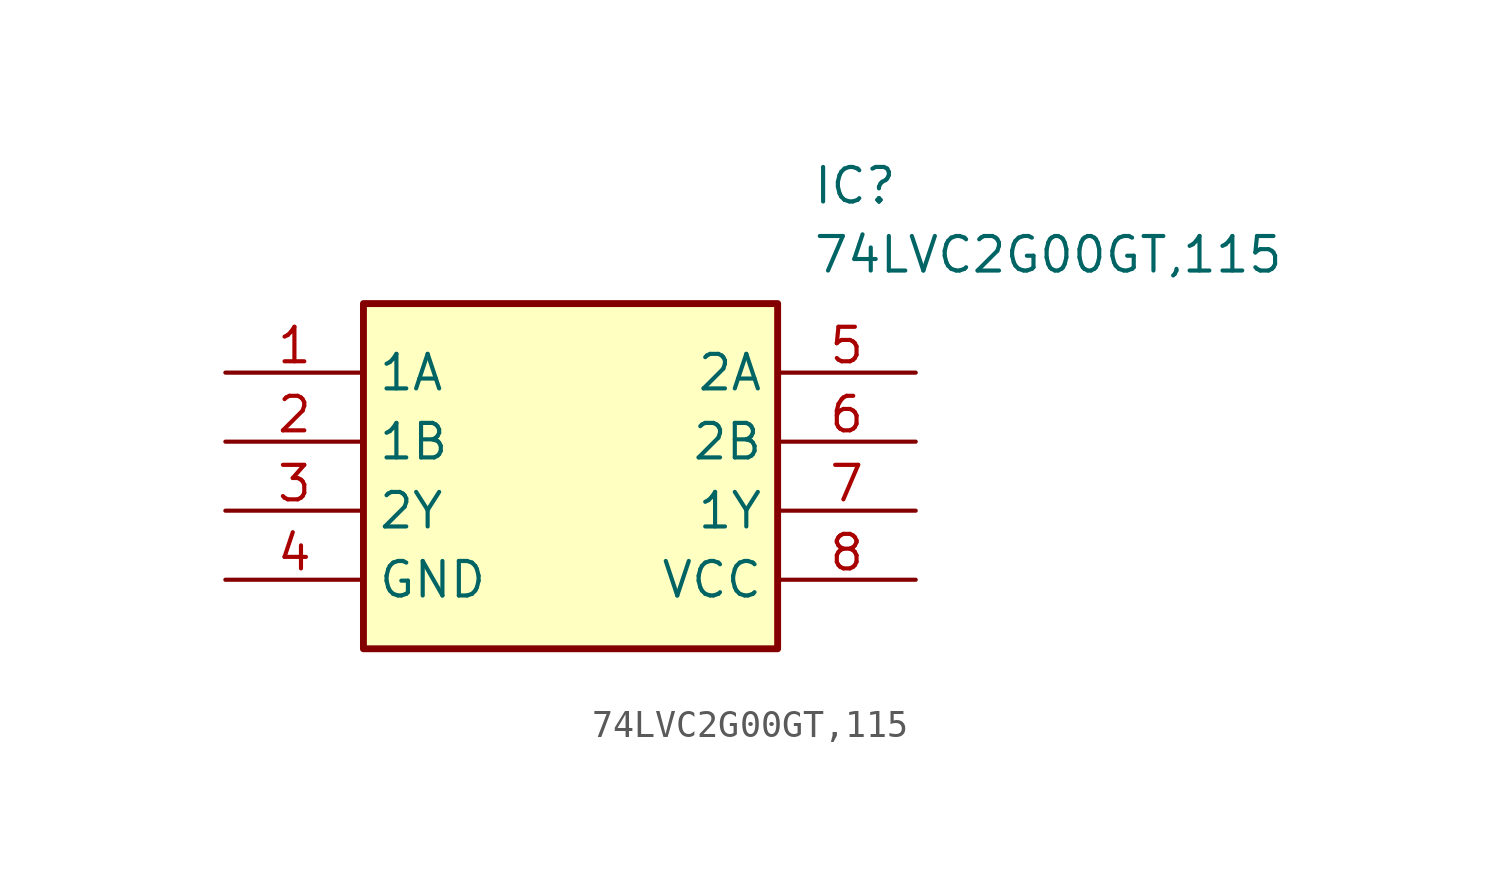
<source format=kicad_sym>
(kicad_symbol_lib
  (version 20211014)
  (generator SamacSys_ECAD_Model)
  (symbol "74LVC2G00GT,115"
    (property "Reference" "IC"
      (at 21.59 7.62 0)
      (effects (font (size 1.27 1.27)) (justify left top)))
    (property "Value" "74LVC2G00GT,115"
      (at 21.59 5.08 0)
      (effects (font (size 1.27 1.27)) (justify left top)))
    (rectangle
      (start 5.08 2.54)
      (end 20.32 -10.16)
      (stroke (width 0.254) (type default))
      (fill (type background)))
    (pin passive line
      (at 0 0 0)
      (length 5.08)
      (name "1A" (effects (font (size 1.27 1.27))))
      (number "1" (effects (font (size 1.27 1.27)))))
    (pin passive line
      (at 0 -2.54 0)
      (length 5.08)
      (name "1B" (effects (font (size 1.27 1.27))))
      (number "2" (effects (font (size 1.27 1.27)))))
    (pin passive line
      (at 0 -5.08 0)
      (length 5.08)
      (name "2Y" (effects (font (size 1.27 1.27))))
      (number "3" (effects (font (size 1.27 1.27)))))
    (pin passive line
      (at 0 -7.62 0)
      (length 5.08)
      (name "GND" (effects (font (size 1.27 1.27))))
      (number "4" (effects (font (size 1.27 1.27)))))
    (pin passive line
      (at 25.4 0 180)
      (length 5.08)
      (name "2A" (effects (font (size 1.27 1.27))))
      (number "5" (effects (font (size 1.27 1.27)))))
    (pin passive line
      (at 25.4 -2.54 180)
      (length 5.08)
      (name "2B" (effects (font (size 1.27 1.27))))
      (number "6" (effects (font (size 1.27 1.27)))))
    (pin passive line
      (at 25.4 -5.08 180)
      (length 5.08)
      (name "1Y" (effects (font (size 1.27 1.27))))
      (number "7" (effects (font (size 1.27 1.27)))))
    (pin passive line
      (at 25.4 -7.62 180)
      (length 5.08)
      (name "VCC" (effects (font (size 1.27 1.27))))
      (number "8" (effects (font (size 1.27 1.27)))))))
</source>
